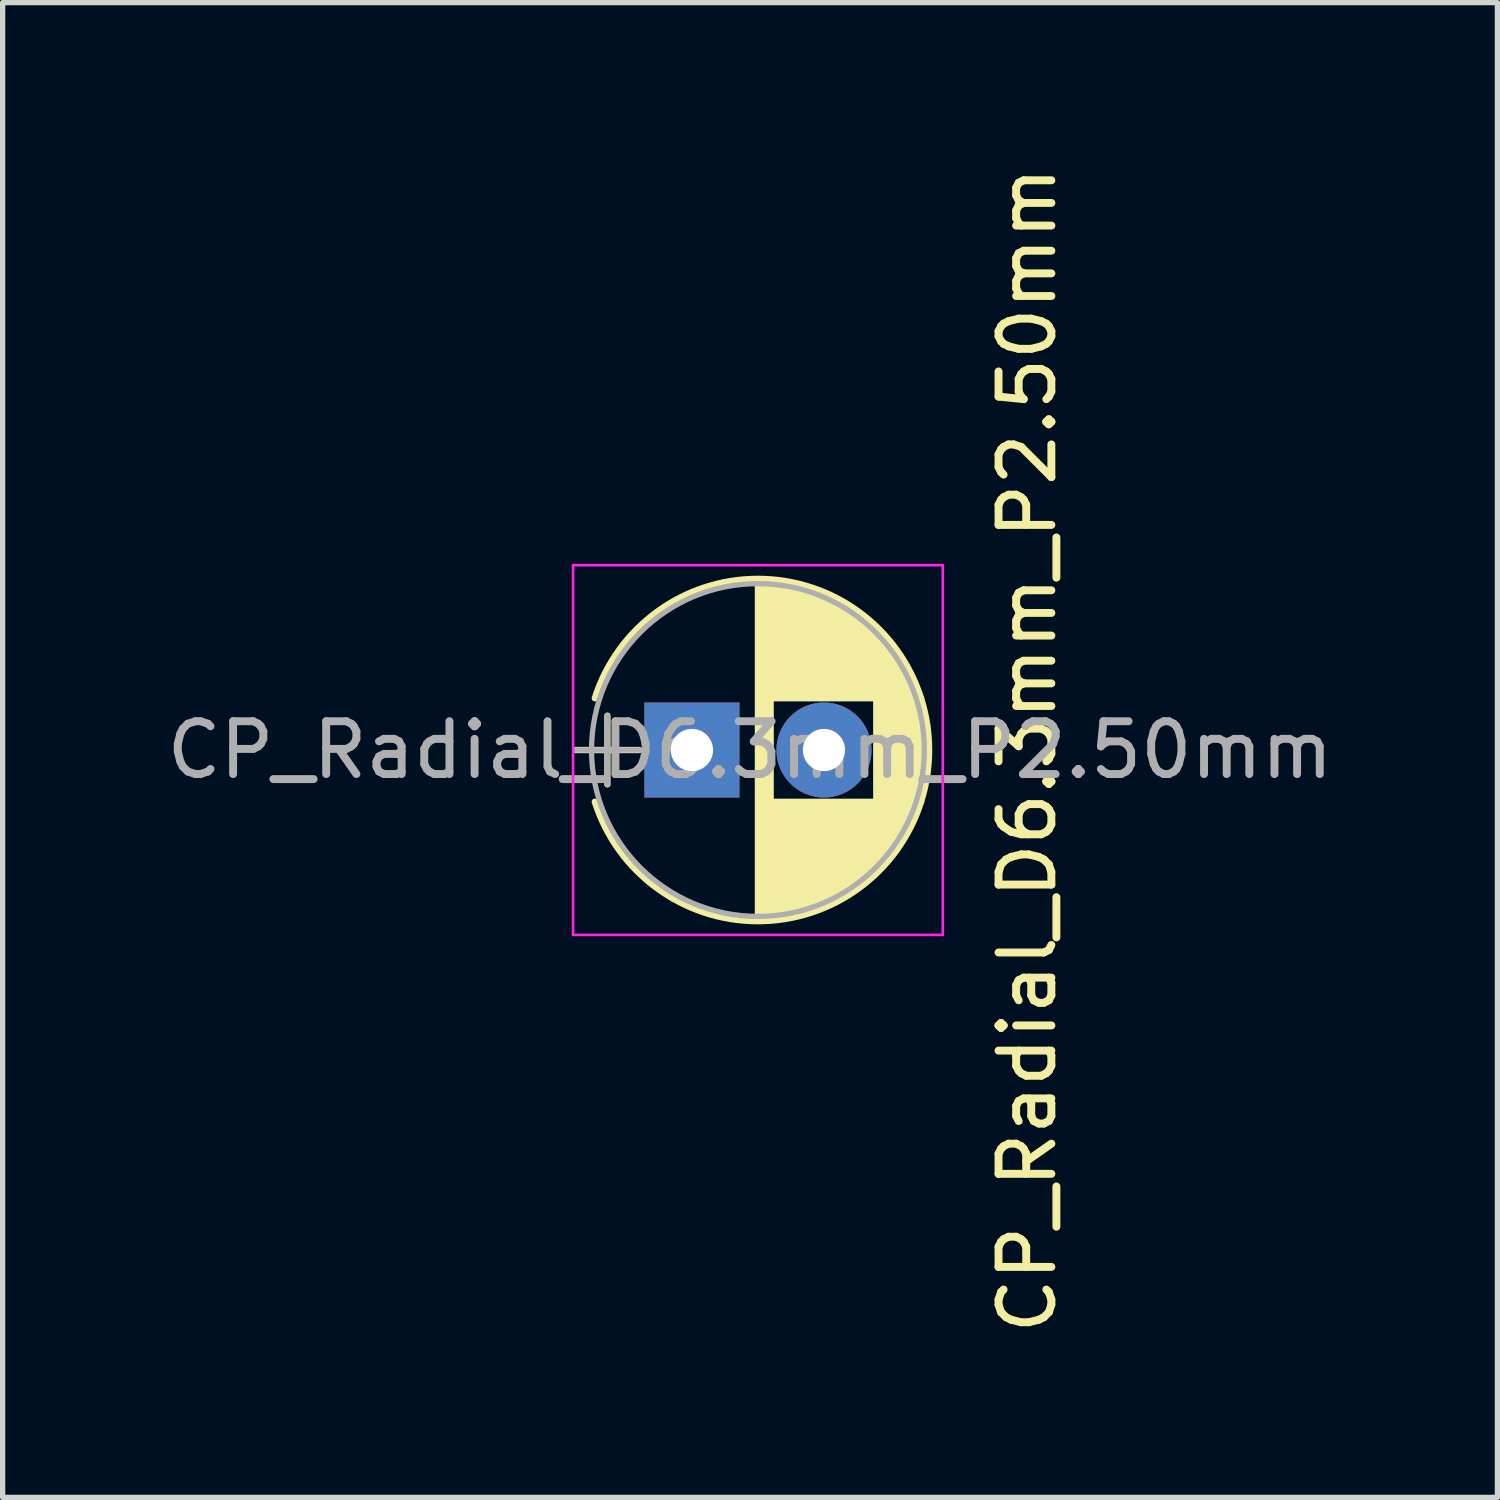
<source format=kicad_pcb>
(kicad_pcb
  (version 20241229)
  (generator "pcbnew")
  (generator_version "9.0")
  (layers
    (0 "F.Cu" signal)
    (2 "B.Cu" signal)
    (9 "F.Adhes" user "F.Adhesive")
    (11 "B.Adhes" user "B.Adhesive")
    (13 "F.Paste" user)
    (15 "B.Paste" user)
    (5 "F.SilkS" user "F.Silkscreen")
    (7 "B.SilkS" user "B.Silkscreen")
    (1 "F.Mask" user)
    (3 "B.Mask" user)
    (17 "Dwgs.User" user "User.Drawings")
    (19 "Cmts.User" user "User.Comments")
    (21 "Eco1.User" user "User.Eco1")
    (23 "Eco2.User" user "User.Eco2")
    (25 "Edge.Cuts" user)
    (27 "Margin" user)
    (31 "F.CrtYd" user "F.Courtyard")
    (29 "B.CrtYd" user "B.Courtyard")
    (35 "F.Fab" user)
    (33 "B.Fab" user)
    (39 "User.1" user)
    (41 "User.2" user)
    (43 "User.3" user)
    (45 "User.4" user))
  (footprint "CP_Radial_D6.3mm_P2.50mm"
    (layer "F.Cu")
    (at 10.049 11.149)
    (property "Reference" "CP_Radial_D6.3mm_P2.50mm" (at 6.35 0 90) (layer "F.SilkS") (effects (font (size 1 1) (thickness 0.15))))
    (attr through_hole)
    (fp_line (start -2.2 0) (end -1 0) (stroke (width 0.12) (type solid)) (layer "F.SilkS"))
    (fp_line (start -1.6 -0.65) (end -1.6 0.65) (stroke (width 0.12) (type solid)) (layer "F.SilkS"))
    (fp_line (start 1.25 -3.2) (end 1.25 3.2) (stroke (width 0.12) (type solid)) (layer "F.SilkS"))
    (fp_line (start 1.29 -3.2) (end 1.29 3.2) (stroke (width 0.12) (type solid)) (layer "F.SilkS"))
    (fp_line (start 1.33 -3.2) (end 1.33 3.2) (stroke (width 0.12) (type solid)) (layer "F.SilkS"))
    (fp_line (start 1.37 -3.198) (end 1.37 3.198) (stroke (width 0.12) (type solid)) (layer "F.SilkS"))
    (fp_line (start 1.41 -3.197) (end 1.41 3.197) (stroke (width 0.12) (type solid)) (layer "F.SilkS"))
    (fp_line (start 1.45 -3.194) (end 1.45 3.194) (stroke (width 0.12) (type solid)) (layer "F.SilkS"))
    (fp_line (start 1.49 -3.192) (end 1.49 3.192) (stroke (width 0.12) (type solid)) (layer "F.SilkS"))
    (fp_line (start 1.53 -3.188) (end 1.53 -0.98) (stroke (width 0.12) (type solid)) (layer "F.SilkS"))
    (fp_line (start 1.53 0.98) (end 1.53 3.188) (stroke (width 0.12) (type solid)) (layer "F.SilkS"))
    (fp_line (start 1.57 -3.185) (end 1.57 -0.98) (stroke (width 0.12) (type solid)) (layer "F.SilkS"))
    (fp_line (start 1.57 0.98) (end 1.57 3.185) (stroke (width 0.12) (type solid)) (layer "F.SilkS"))
    (fp_line (start 1.61 -3.18) (end 1.61 -0.98) (stroke (width 0.12) (type solid)) (layer "F.SilkS"))
    (fp_line (start 1.61 0.98) (end 1.61 3.18) (stroke (width 0.12) (type solid)) (layer "F.SilkS"))
    (fp_line (start 1.65 -3.176) (end 1.65 -0.98) (stroke (width 0.12) (type solid)) (layer "F.SilkS"))
    (fp_line (start 1.65 0.98) (end 1.65 3.176) (stroke (width 0.12) (type solid)) (layer "F.SilkS"))
    (fp_line (start 1.69 -3.17) (end 1.69 -0.98) (stroke (width 0.12) (type solid)) (layer "F.SilkS"))
    (fp_line (start 1.69 0.98) (end 1.69 3.17) (stroke (width 0.12) (type solid)) (layer "F.SilkS"))
    (fp_line (start 1.73 -3.165) (end 1.73 -0.98) (stroke (width 0.12) (type solid)) (layer "F.SilkS"))
    (fp_line (start 1.73 0.98) (end 1.73 3.165) (stroke (width 0.12) (type solid)) (layer "F.SilkS"))
    (fp_line (start 1.77 -3.158) (end 1.77 -0.98) (stroke (width 0.12) (type solid)) (layer "F.SilkS"))
    (fp_line (start 1.77 0.98) (end 1.77 3.158) (stroke (width 0.12) (type solid)) (layer "F.SilkS"))
    (fp_line (start 1.81 -3.152) (end 1.81 -0.98) (stroke (width 0.12) (type solid)) (layer "F.SilkS"))
    (fp_line (start 1.81 0.98) (end 1.81 3.152) (stroke (width 0.12) (type solid)) (layer "F.SilkS"))
    (fp_line (start 1.85 -3.144) (end 1.85 -0.98) (stroke (width 0.12) (type solid)) (layer "F.SilkS"))
    (fp_line (start 1.85 0.98) (end 1.85 3.144) (stroke (width 0.12) (type solid)) (layer "F.SilkS"))
    (fp_line (start 1.89 -3.137) (end 1.89 -0.98) (stroke (width 0.12) (type solid)) (layer "F.SilkS"))
    (fp_line (start 1.89 0.98) (end 1.89 3.137) (stroke (width 0.12) (type solid)) (layer "F.SilkS"))
    (fp_line (start 1.93 -3.128) (end 1.93 -0.98) (stroke (width 0.12) (type solid)) (layer "F.SilkS"))
    (fp_line (start 1.93 0.98) (end 1.93 3.128) (stroke (width 0.12) (type solid)) (layer "F.SilkS"))
    (fp_line (start 1.971 -3.119) (end 1.971 -0.98) (stroke (width 0.12) (type solid)) (layer "F.SilkS"))
    (fp_line (start 1.971 0.98) (end 1.971 3.119) (stroke (width 0.12) (type solid)) (layer "F.SilkS"))
    (fp_line (start 2.011 -3.11) (end 2.011 -0.98) (stroke (width 0.12) (type solid)) (layer "F.SilkS"))
    (fp_line (start 2.011 0.98) (end 2.011 3.11) (stroke (width 0.12) (type solid)) (layer "F.SilkS"))
    (fp_line (start 2.051 -3.1) (end 2.051 -0.98) (stroke (width 0.12) (type solid)) (layer "F.SilkS"))
    (fp_line (start 2.051 0.98) (end 2.051 3.1) (stroke (width 0.12) (type solid)) (layer "F.SilkS"))
    (fp_line (start 2.091 -3.09) (end 2.091 -0.98) (stroke (width 0.12) (type solid)) (layer "F.SilkS"))
    (fp_line (start 2.091 0.98) (end 2.091 3.09) (stroke (width 0.12) (type solid)) (layer "F.SilkS"))
    (fp_line (start 2.131 -3.079) (end 2.131 -0.98) (stroke (width 0.12) (type solid)) (layer "F.SilkS"))
    (fp_line (start 2.131 0.98) (end 2.131 3.079) (stroke (width 0.12) (type solid)) (layer "F.SilkS"))
    (fp_line (start 2.171 -3.067) (end 2.171 -0.98) (stroke (width 0.12) (type solid)) (layer "F.SilkS"))
    (fp_line (start 2.171 0.98) (end 2.171 3.067) (stroke (width 0.12) (type solid)) (layer "F.SilkS"))
    (fp_line (start 2.211 -3.055) (end 2.211 -0.98) (stroke (width 0.12) (type solid)) (layer "F.SilkS"))
    (fp_line (start 2.211 0.98) (end 2.211 3.055) (stroke (width 0.12) (type solid)) (layer "F.SilkS"))
    (fp_line (start 2.251 -3.042) (end 2.251 -0.98) (stroke (width 0.12) (type solid)) (layer "F.SilkS"))
    (fp_line (start 2.251 0.98) (end 2.251 3.042) (stroke (width 0.12) (type solid)) (layer "F.SilkS"))
    (fp_line (start 2.291 -3.029) (end 2.291 -0.98) (stroke (width 0.12) (type solid)) (layer "F.SilkS"))
    (fp_line (start 2.291 0.98) (end 2.291 3.029) (stroke (width 0.12) (type solid)) (layer "F.SilkS"))
    (fp_line (start 2.331 -3.015) (end 2.331 -0.98) (stroke (width 0.12) (type solid)) (layer "F.SilkS"))
    (fp_line (start 2.331 0.98) (end 2.331 3.015) (stroke (width 0.12) (type solid)) (layer "F.SilkS"))
    (fp_line (start 2.371 -3.001) (end 2.371 -0.98) (stroke (width 0.12) (type solid)) (layer "F.SilkS"))
    (fp_line (start 2.371 0.98) (end 2.371 3.001) (stroke (width 0.12) (type solid)) (layer "F.SilkS"))
    (fp_line (start 2.411 -2.986) (end 2.411 -0.98) (stroke (width 0.12) (type solid)) (layer "F.SilkS"))
    (fp_line (start 2.411 0.98) (end 2.411 2.986) (stroke (width 0.12) (type solid)) (layer "F.SilkS"))
    (fp_line (start 2.451 -2.97) (end 2.451 -0.98) (stroke (width 0.12) (type solid)) (layer "F.SilkS"))
    (fp_line (start 2.451 0.98) (end 2.451 2.97) (stroke (width 0.12) (type solid)) (layer "F.SilkS"))
    (fp_line (start 2.491 -2.954) (end 2.491 -0.98) (stroke (width 0.12) (type solid)) (layer "F.SilkS"))
    (fp_line (start 2.491 0.98) (end 2.491 2.954) (stroke (width 0.12) (type solid)) (layer "F.SilkS"))
    (fp_line (start 2.531 -2.937) (end 2.531 -0.98) (stroke (width 0.12) (type solid)) (layer "F.SilkS"))
    (fp_line (start 2.531 0.98) (end 2.531 2.937) (stroke (width 0.12) (type solid)) (layer "F.SilkS"))
    (fp_line (start 2.571 -2.919) (end 2.571 -0.98) (stroke (width 0.12) (type solid)) (layer "F.SilkS"))
    (fp_line (start 2.571 0.98) (end 2.571 2.919) (stroke (width 0.12) (type solid)) (layer "F.SilkS"))
    (fp_line (start 2.611 -2.901) (end 2.611 -0.98) (stroke (width 0.12) (type solid)) (layer "F.SilkS"))
    (fp_line (start 2.611 0.98) (end 2.611 2.901) (stroke (width 0.12) (type solid)) (layer "F.SilkS"))
    (fp_line (start 2.651 -2.882) (end 2.651 -0.98) (stroke (width 0.12) (type solid)) (layer "F.SilkS"))
    (fp_line (start 2.651 0.98) (end 2.651 2.882) (stroke (width 0.12) (type solid)) (layer "F.SilkS"))
    (fp_line (start 2.691 -2.863) (end 2.691 -0.98) (stroke (width 0.12) (type solid)) (layer "F.SilkS"))
    (fp_line (start 2.691 0.98) (end 2.691 2.863) (stroke (width 0.12) (type solid)) (layer "F.SilkS"))
    (fp_line (start 2.731 -2.843) (end 2.731 -0.98) (stroke (width 0.12) (type solid)) (layer "F.SilkS"))
    (fp_line (start 2.731 0.98) (end 2.731 2.843) (stroke (width 0.12) (type solid)) (layer "F.SilkS"))
    (fp_line (start 2.771 -2.822) (end 2.771 -0.98) (stroke (width 0.12) (type solid)) (layer "F.SilkS"))
    (fp_line (start 2.771 0.98) (end 2.771 2.822) (stroke (width 0.12) (type solid)) (layer "F.SilkS"))
    (fp_line (start 2.811 -2.8) (end 2.811 -0.98) (stroke (width 0.12) (type solid)) (layer "F.SilkS"))
    (fp_line (start 2.811 0.98) (end 2.811 2.8) (stroke (width 0.12) (type solid)) (layer "F.SilkS"))
    (fp_line (start 2.851 -2.778) (end 2.851 -0.98) (stroke (width 0.12) (type solid)) (layer "F.SilkS"))
    (fp_line (start 2.851 0.98) (end 2.851 2.778) (stroke (width 0.12) (type solid)) (layer "F.SilkS"))
    (fp_line (start 2.891 -2.755) (end 2.891 -0.98) (stroke (width 0.12) (type solid)) (layer "F.SilkS"))
    (fp_line (start 2.891 0.98) (end 2.891 2.755) (stroke (width 0.12) (type solid)) (layer "F.SilkS"))
    (fp_line (start 2.931 -2.731) (end 2.931 -0.98) (stroke (width 0.12) (type solid)) (layer "F.SilkS"))
    (fp_line (start 2.931 0.98) (end 2.931 2.731) (stroke (width 0.12) (type solid)) (layer "F.SilkS"))
    (fp_line (start 2.971 -2.706) (end 2.971 -0.98) (stroke (width 0.12) (type solid)) (layer "F.SilkS"))
    (fp_line (start 2.971 0.98) (end 2.971 2.706) (stroke (width 0.12) (type solid)) (layer "F.SilkS"))
    (fp_line (start 3.011 -2.681) (end 3.011 -0.98) (stroke (width 0.12) (type solid)) (layer "F.SilkS"))
    (fp_line (start 3.011 0.98) (end 3.011 2.681) (stroke (width 0.12) (type solid)) (layer "F.SilkS"))
    (fp_line (start 3.051 -2.654) (end 3.051 -0.98) (stroke (width 0.12) (type solid)) (layer "F.SilkS"))
    (fp_line (start 3.051 0.98) (end 3.051 2.654) (stroke (width 0.12) (type solid)) (layer "F.SilkS"))
    (fp_line (start 3.091 -2.627) (end 3.091 -0.98) (stroke (width 0.12) (type solid)) (layer "F.SilkS"))
    (fp_line (start 3.091 0.98) (end 3.091 2.627) (stroke (width 0.12) (type solid)) (layer "F.SilkS"))
    (fp_line (start 3.131 -2.599) (end 3.131 -0.98) (stroke (width 0.12) (type solid)) (layer "F.SilkS"))
    (fp_line (start 3.131 0.98) (end 3.131 2.599) (stroke (width 0.12) (type solid)) (layer "F.SilkS"))
    (fp_line (start 3.171 -2.57) (end 3.171 -0.98) (stroke (width 0.12) (type solid)) (layer "F.SilkS"))
    (fp_line (start 3.171 0.98) (end 3.171 2.57) (stroke (width 0.12) (type solid)) (layer "F.SilkS"))
    (fp_line (start 3.211 -2.54) (end 3.211 -0.98) (stroke (width 0.12) (type solid)) (layer "F.SilkS"))
    (fp_line (start 3.211 0.98) (end 3.211 2.54) (stroke (width 0.12) (type solid)) (layer "F.SilkS"))
    (fp_line (start 3.251 -2.51) (end 3.251 -0.98) (stroke (width 0.12) (type solid)) (layer "F.SilkS"))
    (fp_line (start 3.251 0.98) (end 3.251 2.51) (stroke (width 0.12) (type solid)) (layer "F.SilkS"))
    (fp_line (start 3.291 -2.478) (end 3.291 -0.98) (stroke (width 0.12) (type solid)) (layer "F.SilkS"))
    (fp_line (start 3.291 0.98) (end 3.291 2.478) (stroke (width 0.12) (type solid)) (layer "F.SilkS"))
    (fp_line (start 3.331 -2.445) (end 3.331 -0.98) (stroke (width 0.12) (type solid)) (layer "F.SilkS"))
    (fp_line (start 3.331 0.98) (end 3.331 2.445) (stroke (width 0.12) (type solid)) (layer "F.SilkS"))
    (fp_line (start 3.371 -2.411) (end 3.371 -0.98) (stroke (width 0.12) (type solid)) (layer "F.SilkS"))
    (fp_line (start 3.371 0.98) (end 3.371 2.411) (stroke (width 0.12) (type solid)) (layer "F.SilkS"))
    (fp_line (start 3.411 -2.375) (end 3.411 -0.98) (stroke (width 0.12) (type solid)) (layer "F.SilkS"))
    (fp_line (start 3.411 0.98) (end 3.411 2.375) (stroke (width 0.12) (type solid)) (layer "F.SilkS"))
    (fp_line (start 3.451 -2.339) (end 3.451 -0.98) (stroke (width 0.12) (type solid)) (layer "F.SilkS"))
    (fp_line (start 3.451 0.98) (end 3.451 2.339) (stroke (width 0.12) (type solid)) (layer "F.SilkS"))
    (fp_line (start 3.491 -2.301) (end 3.491 2.301) (stroke (width 0.12) (type solid)) (layer "F.SilkS"))
    (fp_line (start 3.531 -2.262) (end 3.531 2.262) (stroke (width 0.12) (type solid)) (layer "F.SilkS"))
    (fp_line (start 3.571 -2.222) (end 3.571 2.222) (stroke (width 0.12) (type solid)) (layer "F.SilkS"))
    (fp_line (start 3.611 -2.18) (end 3.611 2.18) (stroke (width 0.12) (type solid)) (layer "F.SilkS"))
    (fp_line (start 3.651 -2.137) (end 3.651 2.137) (stroke (width 0.12) (type solid)) (layer "F.SilkS"))
    (fp_line (start 3.691 -2.092) (end 3.691 2.092) (stroke (width 0.12) (type solid)) (layer "F.SilkS"))
    (fp_line (start 3.731 -2.045) (end 3.731 2.045) (stroke (width 0.12) (type solid)) (layer "F.SilkS"))
    (fp_line (start 3.771 -1.997) (end 3.771 1.997) (stroke (width 0.12) (type solid)) (layer "F.SilkS"))
    (fp_line (start 3.811 -1.946) (end 3.811 1.946) (stroke (width 0.12) (type solid)) (layer "F.SilkS"))
    (fp_line (start 3.851 -1.894) (end 3.851 1.894) (stroke (width 0.12) (type solid)) (layer "F.SilkS"))
    (fp_line (start 3.891 -1.839) (end 3.891 1.839) (stroke (width 0.12) (type solid)) (layer "F.SilkS"))
    (fp_line (start 3.931 -1.781) (end 3.931 1.781) (stroke (width 0.12) (type solid)) (layer "F.SilkS"))
    (fp_line (start 3.971 -1.721) (end 3.971 1.721) (stroke (width 0.12) (type solid)) (layer "F.SilkS"))
    (fp_line (start 4.011 -1.658) (end 4.011 1.658) (stroke (width 0.12) (type solid)) (layer "F.SilkS"))
    (fp_line (start 4.051 -1.591) (end 4.051 1.591) (stroke (width 0.12) (type solid)) (layer "F.SilkS"))
    (fp_line (start 4.091 -1.52) (end 4.091 1.52) (stroke (width 0.12) (type solid)) (layer "F.SilkS"))
    (fp_line (start 4.131 -1.445) (end 4.131 1.445) (stroke (width 0.12) (type solid)) (layer "F.SilkS"))
    (fp_line (start 4.171 -1.364) (end 4.171 1.364) (stroke (width 0.12) (type solid)) (layer "F.SilkS"))
    (fp_line (start 4.211 -1.278) (end 4.211 1.278) (stroke (width 0.12) (type solid)) (layer "F.SilkS"))
    (fp_line (start 4.251 -1.184) (end 4.251 1.184) (stroke (width 0.12) (type solid)) (layer "F.SilkS"))
    (fp_line (start 4.291 -1.081) (end 4.291 1.081) (stroke (width 0.12) (type solid)) (layer "F.SilkS"))
    (fp_line (start 4.331 -0.966) (end 4.331 0.966) (stroke (width 0.12) (type solid)) (layer "F.SilkS"))
    (fp_line (start 4.371 -0.834) (end 4.371 0.834) (stroke (width 0.12) (type solid)) (layer "F.SilkS"))
    (fp_line (start 4.411 -0.676) (end 4.411 0.676) (stroke (width 0.12) (type solid)) (layer "F.SilkS"))
    (fp_line (start 4.451 -0.468) (end 4.451 0.468) (stroke (width 0.12) (type solid)) (layer "F.SilkS"))
    (fp_arc (start -1.838236 -0.98) (mid 1.250337 -3.24) (end 4.33844 -0.979357) (stroke (width 0.12) (type solid)) (layer "F.SilkS"))
    (fp_arc (start 4.338236 -0.98) (mid 4.49 -0.000337) (end 4.33844 0.979357) (stroke (width 0.12) (type solid)) (layer "F.SilkS"))
    (fp_arc (start 4.33844 0.979357) (mid 1.250337 3.24) (end -1.838236 0.98) (stroke (width 0.12) (type solid)) (layer "F.SilkS"))
    (fp_line (start -2.25 -3.5) (end -2.25 3.5) (stroke (width 0.05) (type solid)) (layer "F.CrtYd"))
    (fp_line (start -2.25 3.5) (end 4.75 3.5) (stroke (width 0.05) (type solid)) (layer "F.CrtYd"))
    (fp_line (start 4.75 -3.5) (end -2.25 -3.5) (stroke (width 0.05) (type solid)) (layer "F.CrtYd"))
    (fp_line (start 4.75 3.5) (end 4.75 -3.5) (stroke (width 0.05) (type solid)) (layer "F.CrtYd"))
    (fp_line (start -2.2 0) (end -1 0) (stroke (width 0.1) (type solid)) (layer "F.Fab"))
    (fp_line (start -1.6 -0.65) (end -1.6 0.65) (stroke (width 0.1) (type solid)) (layer "F.Fab"))
    (fp_circle (center 1.25 0) (end 4.4 0) (stroke (width 0.1) (type solid)) (fill no) (layer "F.Fab"))
    (fp_text user "${REFERENCE}" (at 1.1 0 0) (layer "F.Fab") (effects (font (size 1 1) (thickness 0.15))))
    (pad "1" thru_hole rect (at 0 0) (size 1.8 1.8) (drill 0.8) (layers "*.Cu" "*.Mask"))
    (pad "2" thru_hole circle (at 2.5 0) (size 1.8 1.8) (drill 0.8) (layers "*.Cu" "*.Mask")))
  (gr_rect
    (start -3 -3)
    (end 25.298 25.298)
    (stroke (width 0.1) (type default))
    (fill no)
    (layer "Edge.Cuts")))
</source>
